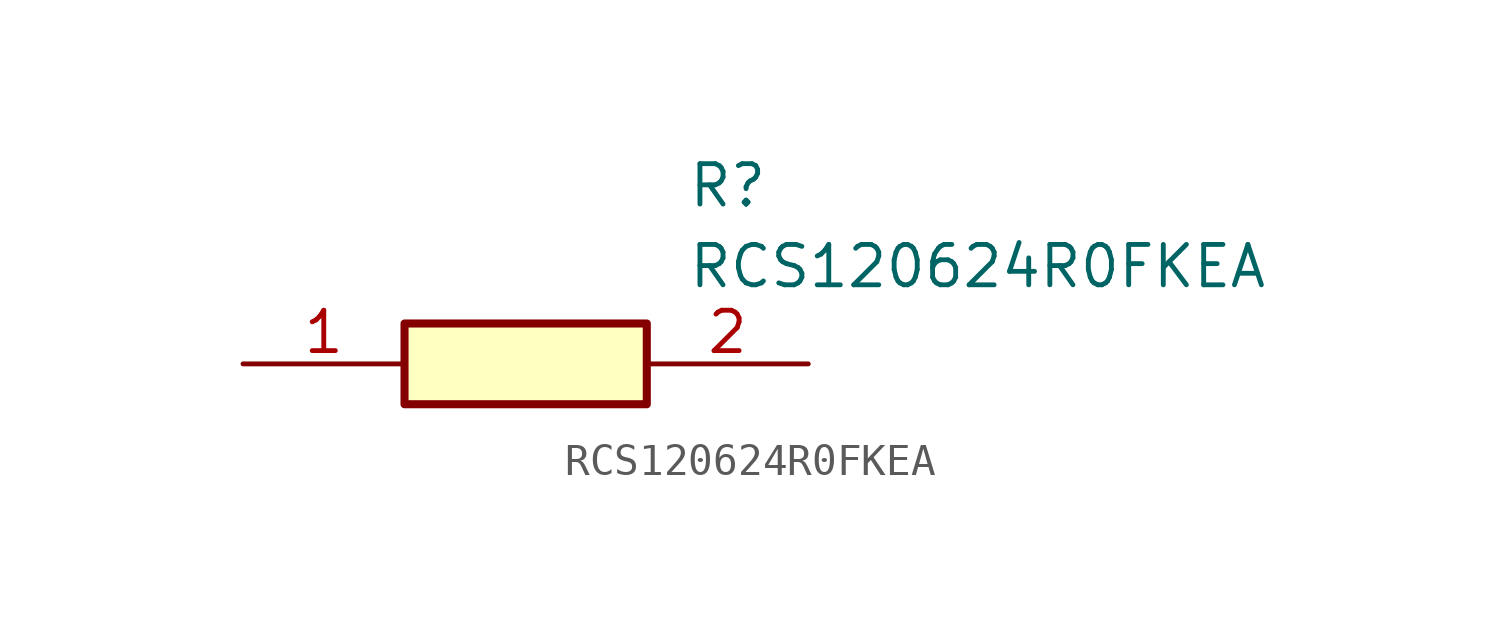
<source format=kicad_sym>
(kicad_symbol_lib
  (version 20211014)
  (generator SamacSys_ECAD_Model)
  (symbol "RCS120624R0FKEA"
    (pin_names hide)
    (property "Reference" "R"
      (at 13.97 6.35 0)
      (effects (font (size 1.27 1.27)) (justify left top)))
    (property "Value" "RCS120624R0FKEA"
      (at 13.97 3.81 0)
      (effects (font (size 1.27 1.27)) (justify left top)))
    (rectangle
      (start 5.08 1.27)
      (end 12.7 -1.27)
      (stroke (width 0.254) (type default))
      (fill (type background)))
    (pin passive line
      (at 0 0 0)
      (length 5.08)
      (name "1" (effects (font (size 1.27 1.27))))
      (number "1" (effects (font (size 1.27 1.27)))))
    (pin passive line
      (at 17.78 0 180)
      (length 5.08)
      (name "2" (effects (font (size 1.27 1.27))))
      (number "2" (effects (font (size 1.27 1.27)))))))
</source>
